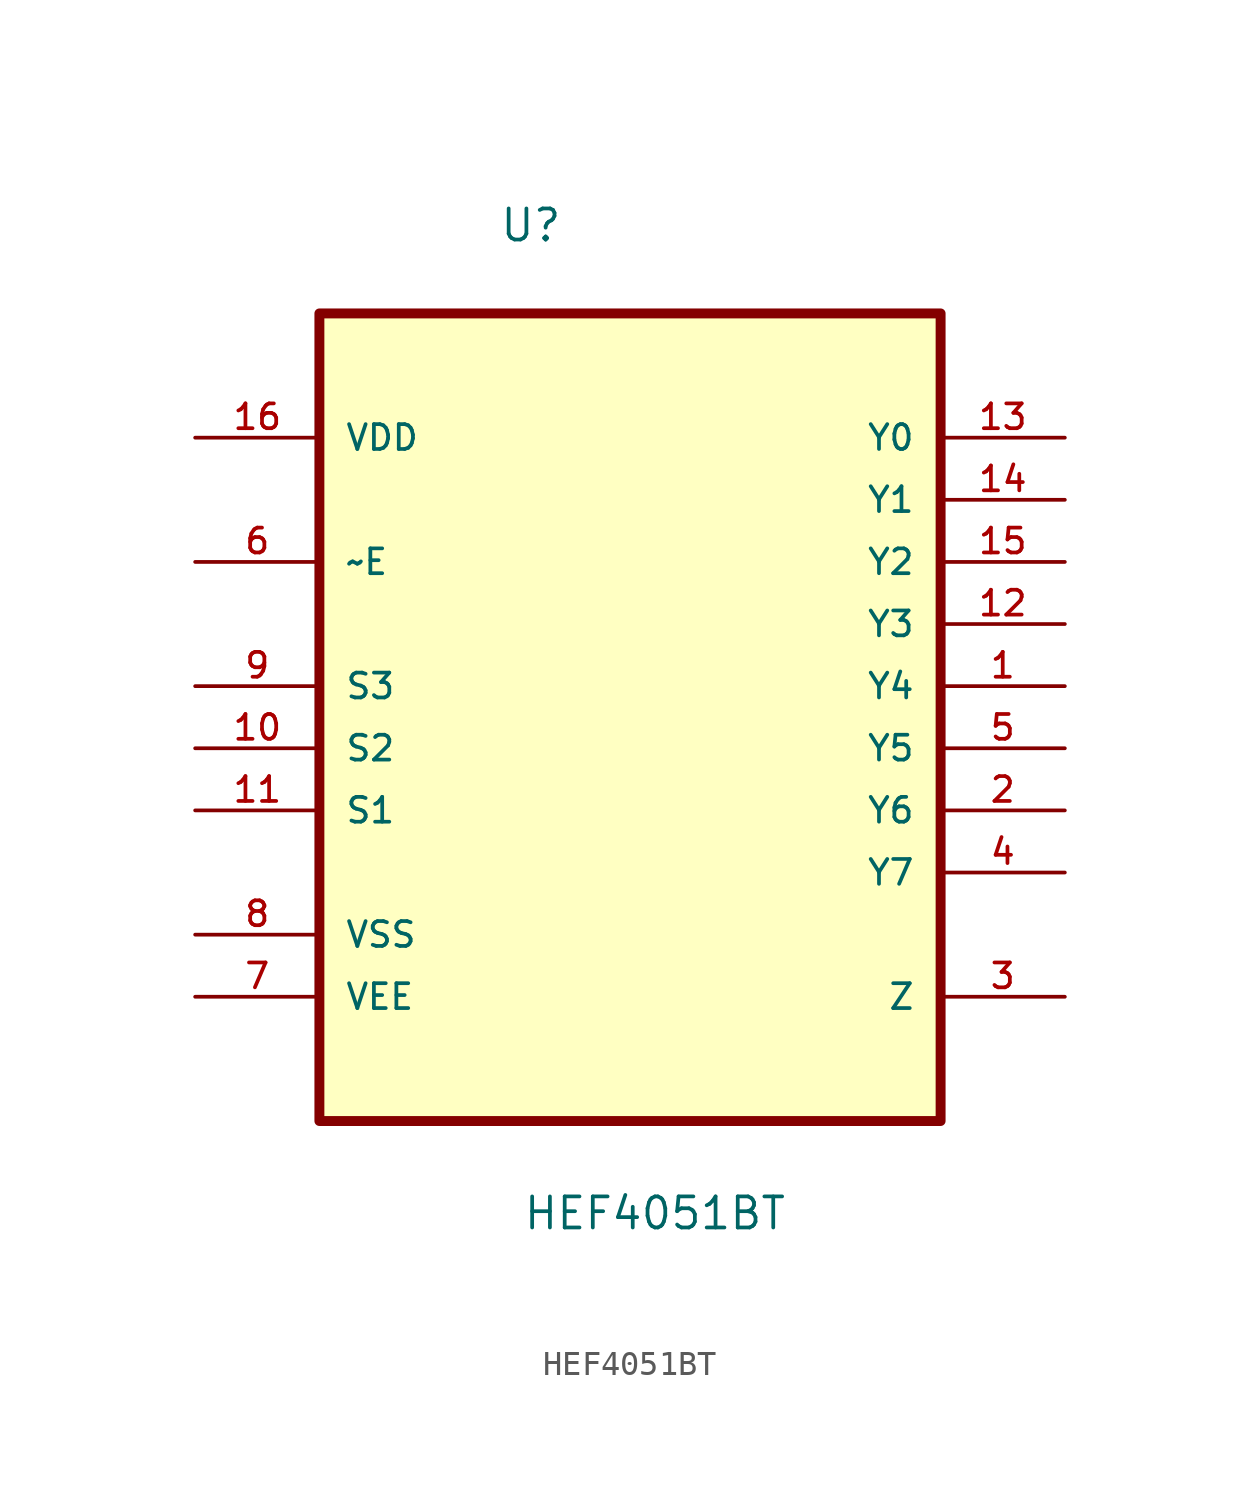
<source format=kicad_sym>
(kicad_symbol_lib
  (version 20211014)
  (generator kicad_symbol_editor)
  (symbol "HEF4051BT"
    (pin_names
      (offset 1.016))
    (property "Reference" "U"
      (at -5.364 15.559 0.0)
      (effects (font (size 1.27 1.27)) (justify bottom left)))
    (property "Value" "HEF4051BT"
      (at -4.403 -24.837 0.0)
      (effects (font (size 1.27 1.27)) (justify bottom left)))
    (symbol "HEF4051BT_0_0"
      (rectangle (start -12.7 -20.32) (end 12.7 12.7) (stroke (width 0.406)) (fill (type background)))
      (pin power_in line (at -17.78 7.62 0) (length 5.08) (name "VDD" (effects (font (size 1.016 1.016)))) (number "16" (effects (font (size 1.016 1.016)))))
      (pin input line (at -17.78 2.54 0) (length 5.08) (name "~E" (effects (font (size 1.016 1.016)))) (number "6" (effects (font (size 1.016 1.016)))))
      (pin input line (at -17.78 -2.54 0) (length 5.08) (name "S3" (effects (font (size 1.016 1.016)))) (number "9" (effects (font (size 1.016 1.016)))))
      (pin input line (at -17.78 -5.08 0) (length 5.08) (name "S2" (effects (font (size 1.016 1.016)))) (number "10" (effects (font (size 1.016 1.016)))))
      (pin input line (at -17.78 -7.62 0) (length 5.08) (name "S1" (effects (font (size 1.016 1.016)))) (number "11" (effects (font (size 1.016 1.016)))))
      (pin power_in line (at -17.78 -12.7 0) (length 5.08) (name "VSS" (effects (font (size 1.016 1.016)))) (number "8" (effects (font (size 1.016 1.016)))))
      (pin power_in line (at -17.78 -15.24 0) (length 5.08) (name "VEE" (effects (font (size 1.016 1.016)))) (number "7" (effects (font (size 1.016 1.016)))))
      (pin bidirectional line (at 17.78 7.62 180.0) (length 5.08) (name "Y0" (effects (font (size 1.016 1.016)))) (number "13" (effects (font (size 1.016 1.016)))))
      (pin bidirectional line (at 17.78 5.08 180.0) (length 5.08) (name "Y1" (effects (font (size 1.016 1.016)))) (number "14" (effects (font (size 1.016 1.016)))))
      (pin bidirectional line (at 17.78 2.54 180.0) (length 5.08) (name "Y2" (effects (font (size 1.016 1.016)))) (number "15" (effects (font (size 1.016 1.016)))))
      (pin bidirectional line (at 17.78 0.0 180.0) (length 5.08) (name "Y3" (effects (font (size 1.016 1.016)))) (number "12" (effects (font (size 1.016 1.016)))))
      (pin bidirectional line (at 17.78 -2.54 180.0) (length 5.08) (name "Y4" (effects (font (size 1.016 1.016)))) (number "1" (effects (font (size 1.016 1.016)))))
      (pin bidirectional line (at 17.78 -5.08 180.0) (length 5.08) (name "Y5" (effects (font (size 1.016 1.016)))) (number "5" (effects (font (size 1.016 1.016)))))
      (pin bidirectional line (at 17.78 -7.62 180.0) (length 5.08) (name "Y6" (effects (font (size 1.016 1.016)))) (number "2" (effects (font (size 1.016 1.016)))))
      (pin bidirectional line (at 17.78 -10.16 180.0) (length 5.08) (name "Y7" (effects (font (size 1.016 1.016)))) (number "4" (effects (font (size 1.016 1.016)))))
      (pin bidirectional line (at 17.78 -15.24 180.0) (length 5.08) (name "Z" (effects (font (size 1.016 1.016)))) (number "3" (effects (font (size 1.016 1.016))))))))
</source>
